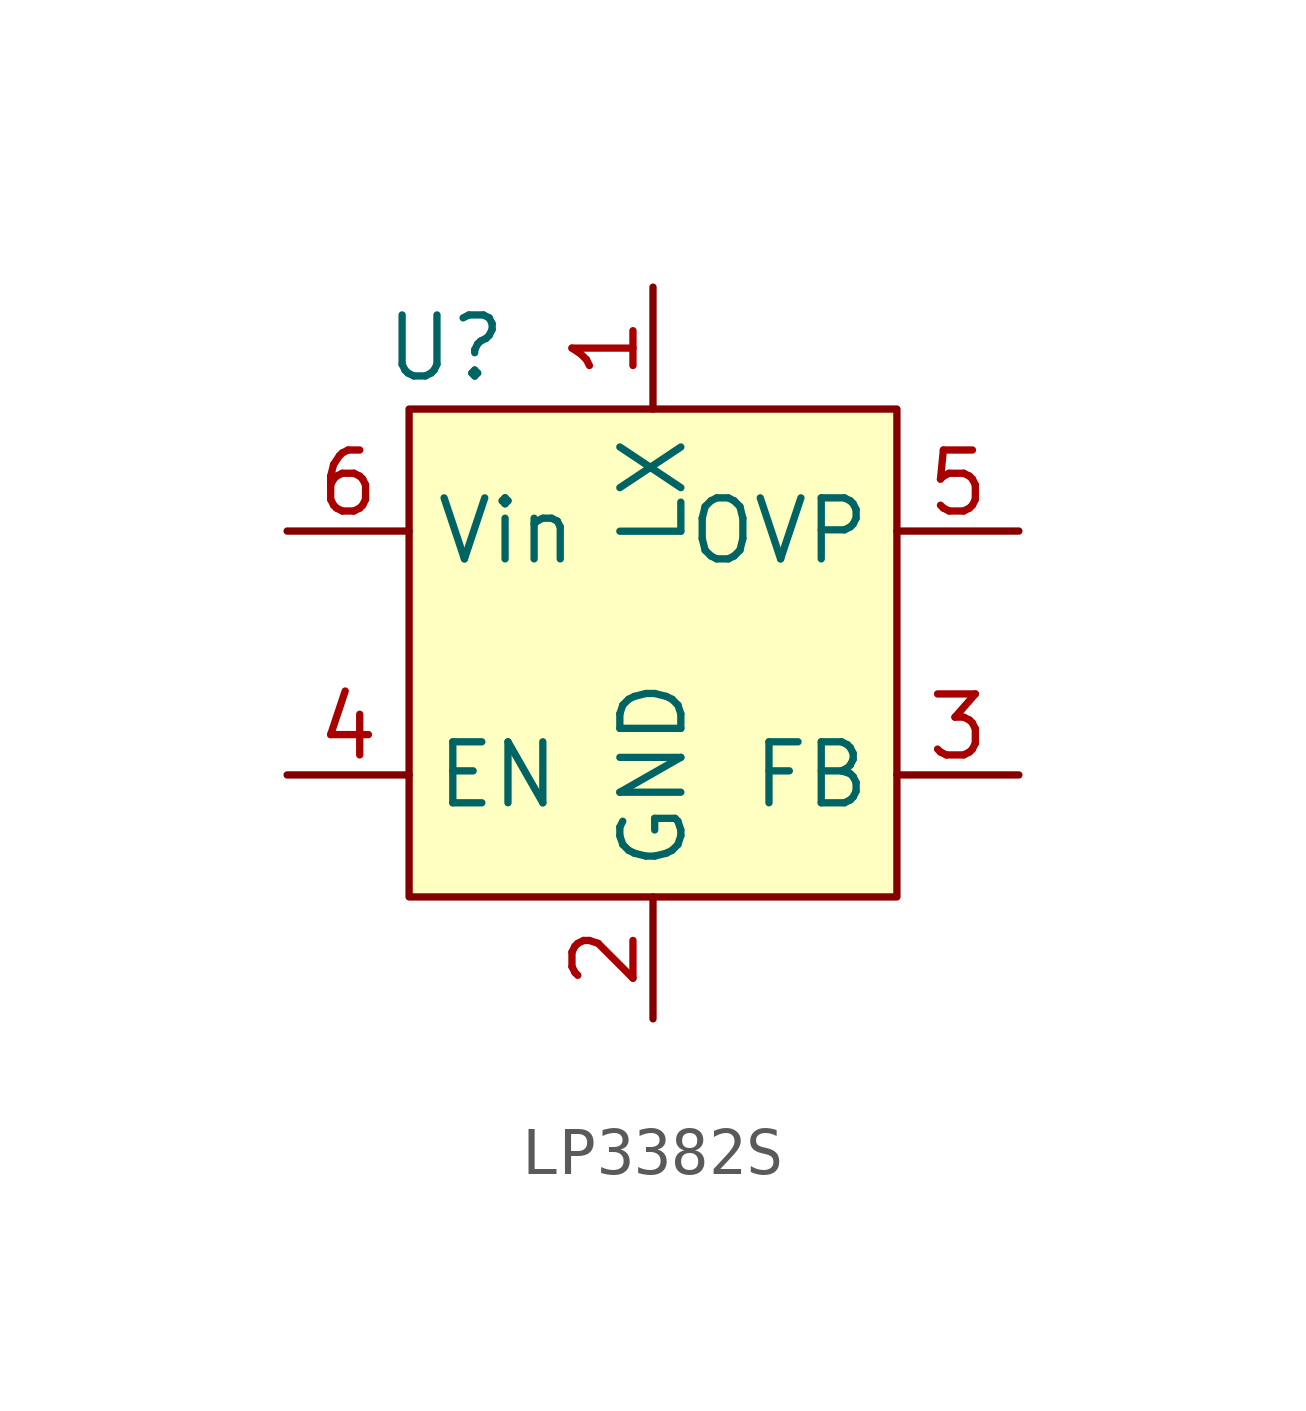
<source format=kicad_sym>
(kicad_symbol_lib
  (version 20231120)
  (generator "kicad_symbol_editor")
  (generator_version "7.99")
  (symbol "LP3382S"
    (property "Reference" "U"
      (at -4.318 6.35 0)
      (effects (font (size 1.27 1.27))))
    (property "Value" ""
      (at 0 0 0)
      (effects (font (size 1.27 1.27))))
    (symbol "LP3382S_1_1"
      (rectangle (start -5.08 5.08) (end 5.08 -5.08) (stroke (width 0) (type default)) (fill (type background)))
      (pin input line (at 0 7.62 270) (length 2.54) (name "LX" (effects (font (size 1.27 1.27)))) (number "1" (effects (font (size 1.27 1.27)))))
      (pin power_in line (at 0 -7.62 90) (length 2.54) (name "GND" (effects (font (size 1.27 1.27)))) (number "2" (effects (font (size 1.27 1.27)))))
      (pin input line (at 7.62 -2.54 180) (length 2.54) (name "FB" (effects (font (size 1.27 1.27)))) (number "3" (effects (font (size 1.27 1.27)))))
      (pin input line (at -7.62 -2.54 0) (length 2.54) (name "EN" (effects (font (size 1.27 1.27)))) (number "4" (effects (font (size 1.27 1.27)))))
      (pin input line (at 7.62 2.54 180) (length 2.54) (name "OVP" (effects (font (size 1.27 1.27)))) (number "5" (effects (font (size 1.27 1.27)))))
      (pin power_in line (at -7.62 2.54 0) (length 2.54) (name "Vin" (effects (font (size 1.27 1.27)))) (number "6" (effects (font (size 1.27 1.27))))))))
</source>
